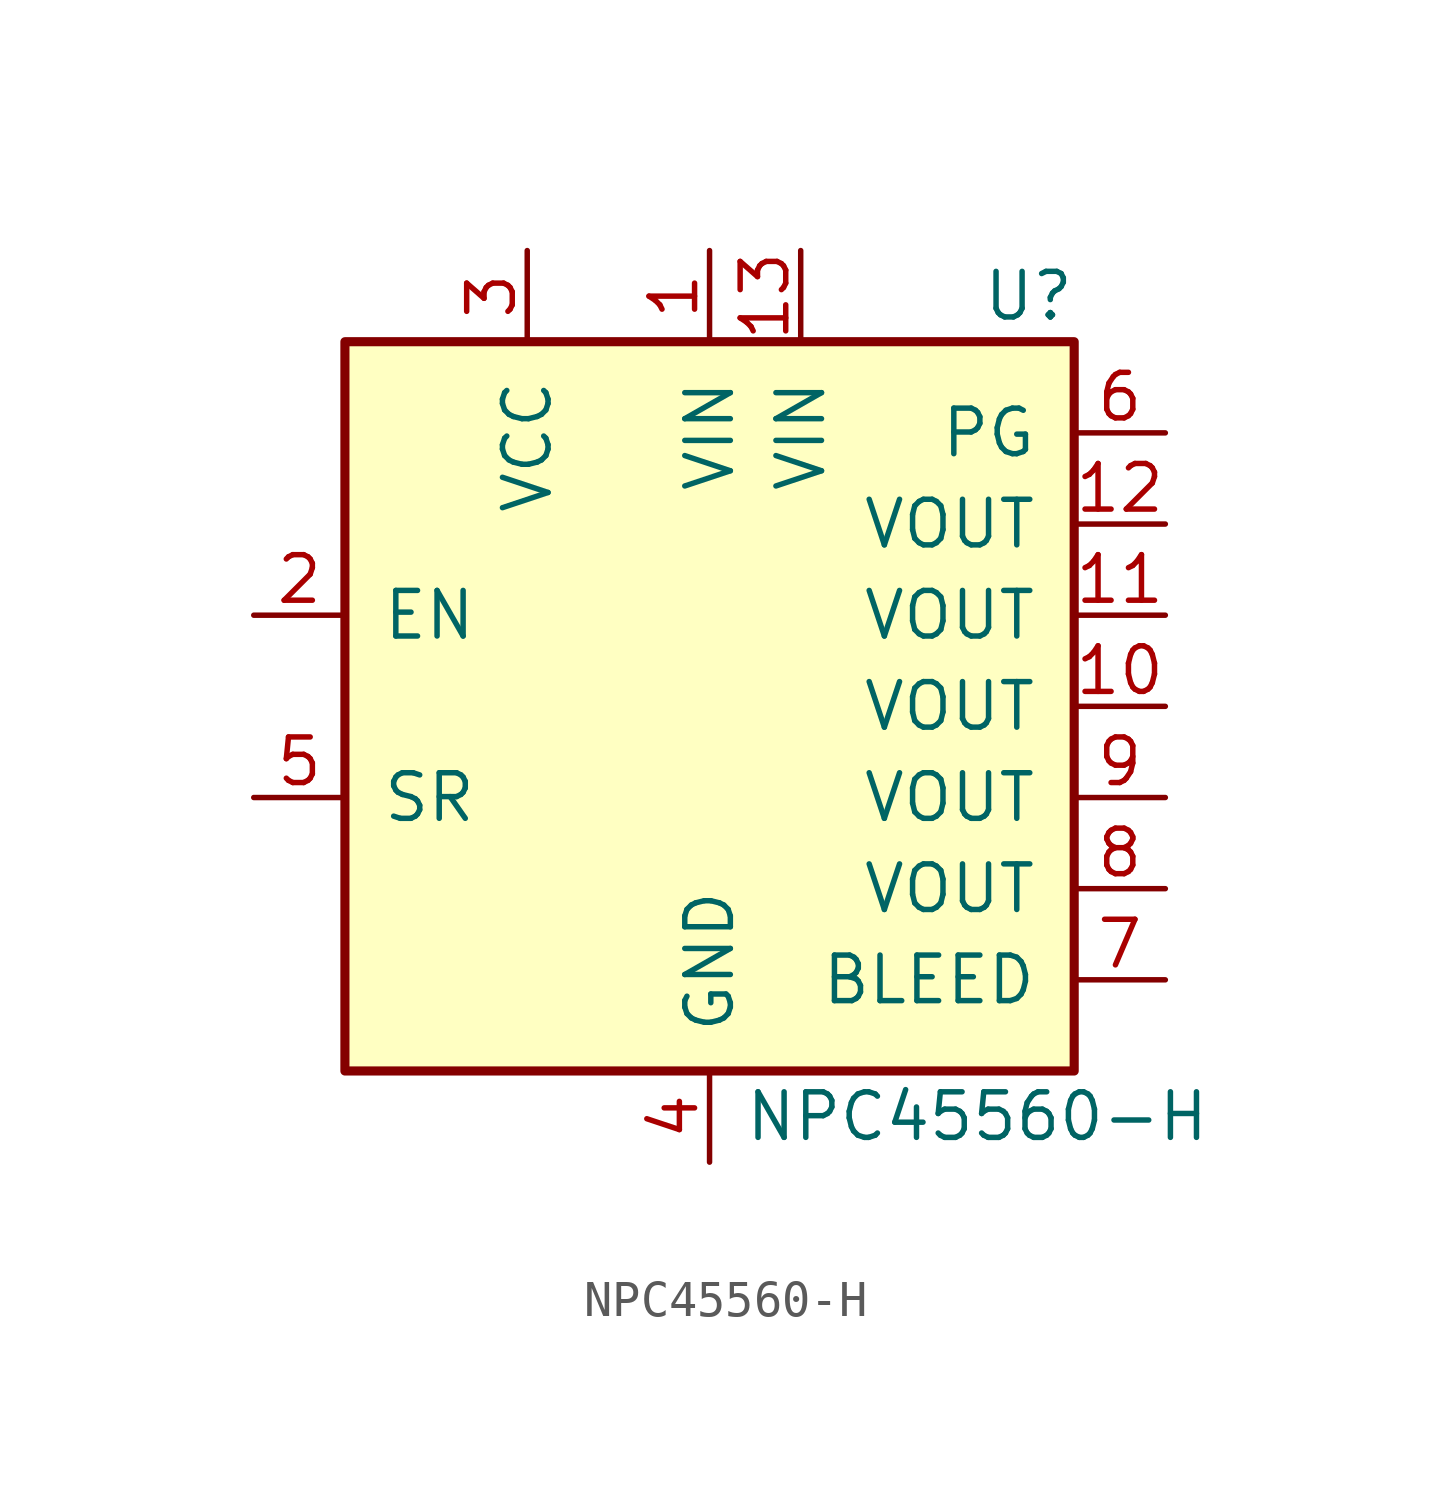
<source format=kicad_sym>
(kicad_symbol_lib
  (version 20211014)
  (generator kicad_symbol_editor)
  (symbol "NPC45560-H"
    (pin_names
      (offset 1.016))
    (property "Reference" "U"
      (at 8.89 11.43 0)
      (effects (font (size 1.27 1.27))))
    (property "Value" "NPC45560-H"
      (at 13.97 -11.43 0)
      (effects (font (size 1.27 1.27)) (justify right)))
    (symbol "NPC45560-H_0_1"
      (rectangle (start -10.16 10.16) (end 10.16 -10.16) (stroke (width 0.254) (type default) (color 0 0 0 0)) (fill (type background))))
    (symbol "NPC45560-H_1_1"
      (pin power_in line (at 0 12.7 270) (length 2.54) (name "VIN" (effects (font (size 1.27 1.27)))) (number "1" (effects (font (size 1.27 1.27)))))
      (pin passive line (at 12.7 0 180) (length 2.54) (name "VOUT" (effects (font (size 1.27 1.27)))) (number "10" (effects (font (size 1.27 1.27)))))
      (pin passive line (at 12.7 2.54 180) (length 2.54) (name "VOUT" (effects (font (size 1.27 1.27)))) (number "11" (effects (font (size 1.27 1.27)))))
      (pin power_out line (at 12.7 5.08 180) (length 2.54) (name "VOUT" (effects (font (size 1.27 1.27)))) (number "12" (effects (font (size 1.27 1.27)))))
      (pin power_in line (at 2.54 12.7 270) (length 2.54) (name "VIN" (effects (font (size 1.27 1.27)))) (number "13" (effects (font (size 1.27 1.27)))))
      (pin input line (at -12.7 2.54 0) (length 2.54) (name "EN" (effects (font (size 1.27 1.27)))) (number "2" (effects (font (size 1.27 1.27)))))
      (pin power_in line (at -5.08 12.7 270) (length 2.54) (name "VCC" (effects (font (size 1.27 1.27)))) (number "3" (effects (font (size 1.27 1.27)))))
      (pin power_in line (at 0 -12.7 90) (length 2.54) (name "GND" (effects (font (size 1.27 1.27)))) (number "4" (effects (font (size 1.27 1.27)))))
      (pin input line (at -12.7 -2.54 0) (length 2.54) (name "SR" (effects (font (size 1.27 1.27)))) (number "5" (effects (font (size 1.27 1.27)))))
      (pin open_collector line (at 12.7 7.62 180) (length 2.54) (name "PG" (effects (font (size 1.27 1.27)))) (number "6" (effects (font (size 1.27 1.27)))))
      (pin input line (at 12.7 -7.62 180) (length 2.54) (name "BLEED" (effects (font (size 1.27 1.27)))) (number "7" (effects (font (size 1.27 1.27)))))
      (pin passive line (at 12.7 -5.08 180) (length 2.54) (name "VOUT" (effects (font (size 1.27 1.27)))) (number "8" (effects (font (size 1.27 1.27)))))
      (pin passive line (at 12.7 -2.54 180) (length 2.54) (name "VOUT" (effects (font (size 1.27 1.27)))) (number "9" (effects (font (size 1.27 1.27))))))))
</source>
